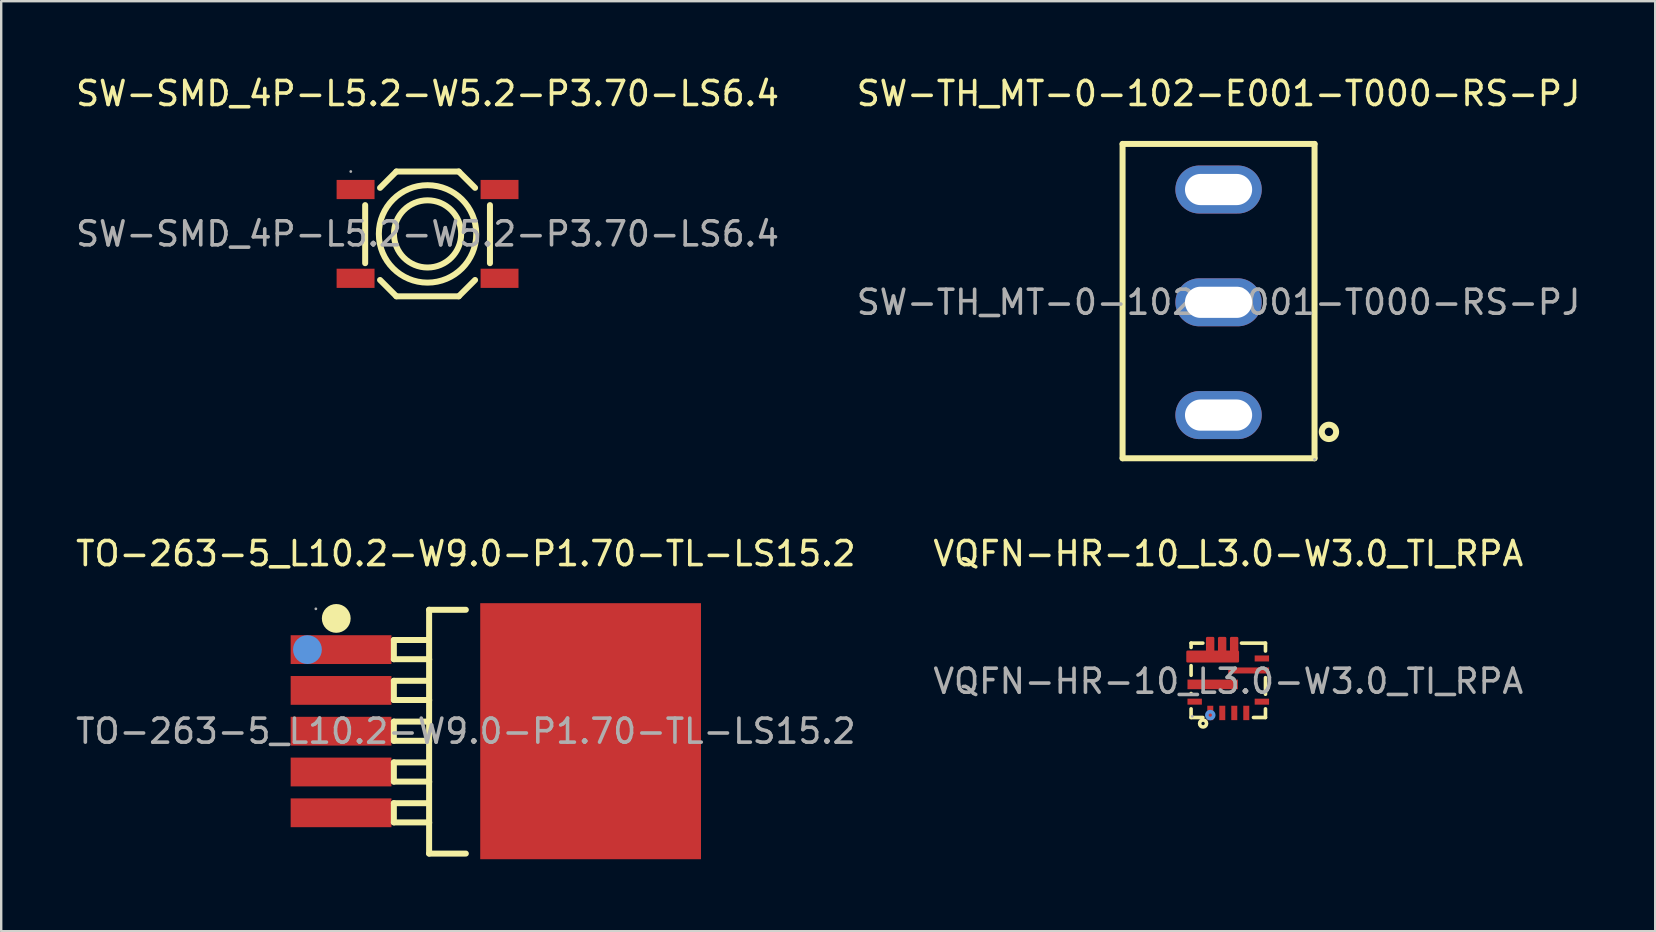
<source format=kicad_pcb>
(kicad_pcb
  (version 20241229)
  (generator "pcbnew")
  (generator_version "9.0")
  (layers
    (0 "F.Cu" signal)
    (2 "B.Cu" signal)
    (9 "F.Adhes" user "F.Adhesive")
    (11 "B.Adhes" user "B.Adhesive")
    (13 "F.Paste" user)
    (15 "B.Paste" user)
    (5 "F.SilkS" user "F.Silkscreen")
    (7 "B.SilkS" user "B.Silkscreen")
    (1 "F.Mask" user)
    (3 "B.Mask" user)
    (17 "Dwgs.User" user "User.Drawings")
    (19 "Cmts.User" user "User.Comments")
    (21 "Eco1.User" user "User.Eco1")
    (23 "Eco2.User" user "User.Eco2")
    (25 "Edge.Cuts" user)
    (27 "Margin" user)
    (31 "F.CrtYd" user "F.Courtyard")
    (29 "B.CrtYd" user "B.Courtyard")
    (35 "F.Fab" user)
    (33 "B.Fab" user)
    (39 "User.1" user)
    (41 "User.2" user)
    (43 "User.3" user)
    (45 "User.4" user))
  (footprint "TO-263-5_L10.2-W9.0-P1.70-TL-LS15.2"
    (layer "F.Cu")
    (at 16.363 27.422)
    (property "Reference" "TO-263-5_L10.2-W9.0-P1.70-TL-LS15.2" (at 0 -7.4 0) (layer "F.SilkS") (effects (font (size 1 1) (thickness 0.15))))
    (attr smd)
    (fp_line (start -3 -3.8) (end -3 -3) (stroke (width 0.25) (type solid)) (layer "F.SilkS"))
    (fp_line (start -3 -3) (end -1.53 -3) (stroke (width 0.25) (type solid)) (layer "F.SilkS"))
    (fp_line (start -3 -2.1) (end -3 -1.3) (stroke (width 0.25) (type solid)) (layer "F.SilkS"))
    (fp_line (start -3 -1.3) (end -1.53 -1.3) (stroke (width 0.25) (type solid)) (layer "F.SilkS"))
    (fp_line (start -3 -0.4) (end -3 0.4) (stroke (width 0.25) (type solid)) (layer "F.SilkS"))
    (fp_line (start -3 0.4) (end -1.53 0.4) (stroke (width 0.25) (type solid)) (layer "F.SilkS"))
    (fp_line (start -3 1.3) (end -3 2.1) (stroke (width 0.25) (type solid)) (layer "F.SilkS"))
    (fp_line (start -3 2.1) (end -1.53 2.1) (stroke (width 0.25) (type solid)) (layer "F.SilkS"))
    (fp_line (start -3 3) (end -3 3.8) (stroke (width 0.25) (type solid)) (layer "F.SilkS"))
    (fp_line (start -3 3.8) (end -1.53 3.8) (stroke (width 0.25) (type solid)) (layer "F.SilkS"))
    (fp_line (start -1.6 -3.8) (end -3 -3.8) (stroke (width 0.25) (type solid)) (layer "F.SilkS"))
    (fp_line (start -1.6 -2.1) (end -3 -2.1) (stroke (width 0.25) (type solid)) (layer "F.SilkS"))
    (fp_line (start -1.6 -0.4) (end -3 -0.4) (stroke (width 0.25) (type solid)) (layer "F.SilkS"))
    (fp_line (start -1.6 1.3) (end -3 1.3) (stroke (width 0.25) (type solid)) (layer "F.SilkS"))
    (fp_line (start -1.6 3) (end -3 3) (stroke (width 0.25) (type solid)) (layer "F.SilkS"))
    (fp_line (start -1.53 -5.06) (end 0 -5.06) (stroke (width 0.25) (type solid)) (layer "F.SilkS"))
    (fp_line (start -1.53 -3) (end -1.53 -2.98) (stroke (width 0.25) (type solid)) (layer "F.SilkS"))
    (fp_line (start -1.53 -1.3) (end -1.53 -1.28) (stroke (width 0.25) (type solid)) (layer "F.SilkS"))
    (fp_line (start -1.53 0.4) (end -1.53 0.43) (stroke (width 0.25) (type solid)) (layer "F.SilkS"))
    (fp_line (start -1.53 2.1) (end -1.53 2.13) (stroke (width 0.25) (type solid)) (layer "F.SilkS"))
    (fp_line (start -1.53 3.8) (end -1.53 3.83) (stroke (width 0.25) (type solid)) (layer "F.SilkS"))
    (fp_line (start -1.53 5.1) (end -1.53 -5.06) (stroke (width 0.25) (type solid)) (layer "F.SilkS"))
    (fp_line (start 0 5.1) (end -1.53 5.1) (stroke (width 0.25) (type solid)) (layer "F.SilkS"))
    (fp_circle (center -5.4 -4.7) (end -5.1 -4.7) (stroke (width 0.6) (type solid)) (fill no) (layer "F.SilkS"))
    (fp_circle (center -6.6 -3.4) (end -6.3 -3.4) (stroke (width 0.6) (type solid)) (fill no) (layer "Cmts.User"))
    (fp_circle (center -6.25 -5.1) (end -6.22 -5.1) (stroke (width 0.06) (type solid)) (fill no) (layer "F.Fab"))
    (fp_text user "${REFERENCE}" (at 0 0 0) (layer "F.Fab") (effects (font (size 1 1) (thickness 0.15))))
    (pad "1" smd rect (at -5.2 -3.4) (size 4.2 1.2) (layers "F.Cu" "F.Mask" "F.Paste"))
    (pad "2" smd rect (at -5.2 -1.7) (size 4.2 1.2) (layers "F.Cu" "F.Mask" "F.Paste"))
    (pad "3" smd rect (at -5.2 0) (size 4.2 1.2) (layers "F.Cu" "F.Mask" "F.Paste"))
    (pad "4" smd rect (at -5.2 1.7) (size 4.2 1.2) (layers "F.Cu" "F.Mask" "F.Paste"))
    (pad "5" smd rect (at -5.2 3.4) (size 4.2 1.2) (layers "F.Cu" "F.Mask" "F.Paste"))
    (pad "6" smd rect (at 5.2 0) (size 9.2 10.67) (layers "F.Cu" "F.Mask" "F.Paste")))
  (footprint "SW-SMD_4P-L5.2-W5.2-P3.70-LS6.4"
    (layer "F.Cu")
    (at 14.768 6.698)
    (property "Reference" "SW-SMD_4P-L5.2-W5.2-P3.70-LS6.4" (at 0 -5.85 0) (layer "F.SilkS") (effects (font (size 1 1) (thickness 0.15))))
    (attr through_hole)
    (fp_line (start -2.6 -1.2) (end -2.6 1.22) (stroke (width 0.25) (type solid)) (layer "F.SilkS"))
    (fp_line (start -1.98 1.92) (end -1.3 2.6) (stroke (width 0.25) (type solid)) (layer "F.SilkS"))
    (fp_line (start -1.3 -2.6) (end -1.98 -1.92) (stroke (width 0.25) (type solid)) (layer "F.SilkS"))
    (fp_line (start -1.3 2.6) (end 1.3 2.6) (stroke (width 0.25) (type solid)) (layer "F.SilkS"))
    (fp_line (start 1.3 -2.6) (end -1.3 -2.6) (stroke (width 0.25) (type solid)) (layer "F.SilkS"))
    (fp_line (start 1.3 2.6) (end 1.98 1.92) (stroke (width 0.25) (type solid)) (layer "F.SilkS"))
    (fp_line (start 1.98 -1.92) (end 1.3 -2.6) (stroke (width 0.25) (type solid)) (layer "F.SilkS"))
    (fp_line (start 2.6 -1.2) (end 2.6 1.22) (stroke (width 0.25) (type solid)) (layer "F.SilkS"))
    (fp_circle (center 0 0) (end 1.4 0) (stroke (width 0.25) (type solid)) (fill no) (layer "F.SilkS"))
    (fp_circle (center 0 0) (end 2.03 0) (stroke (width 0.25) (type solid)) (fill no) (layer "F.SilkS"))
    (fp_circle (center -3.2 -2.6) (end -3.17 -2.6) (stroke (width 0.06) (type solid)) (fill no) (layer "F.Fab"))
    (fp_text user "${REFERENCE}" (at 0 0 0) (layer "F.Fab") (effects (font (size 1 1) (thickness 0.15))))
    (pad "1" smd rect (at -3 -1.85) (size 1.58 0.8) (layers "F.Cu" "F.Mask" "F.Paste"))
    (pad "2" smd rect (at 3 -1.85) (size 1.58 0.8) (layers "F.Cu" "F.Mask" "F.Paste"))
    (pad "3" smd rect (at -3 1.85) (size 1.58 0.8) (layers "F.Cu" "F.Mask" "F.Paste"))
    (pad "4" smd rect (at 3 1.85) (size 1.58 0.8) (layers "F.Cu" "F.Mask" "F.Paste")))
  (footprint "VQFN-HR-10_L3.0-W3.0_TI_RPA"
    (layer "F.Cu")
    (at 48.137 25.341)
    (property "Reference" "VQFN-HR-10_L3.0-W3.0_TI_RPA" (at 0 -5.32 0) (layer "F.SilkS") (effects (font (size 1 1) (thickness 0.15))))
    (attr smd)
    (fp_line (start -1.55 -1.59) (end -1.55 -1.41) (stroke (width 0.15) (type solid)) (layer "F.SilkS"))
    (fp_line (start -1.55 -0.65) (end -1.55 -0.25) (stroke (width 0.15) (type solid)) (layer "F.SilkS"))
    (fp_line (start -1.55 0.51) (end -1.55 0.54) (stroke (width 0.15) (type solid)) (layer "F.SilkS"))
    (fp_line (start -1.55 1.15) (end -1.55 1.51) (stroke (width 0.15) (type solid)) (layer "F.SilkS"))
    (fp_line (start -1.55 1.51) (end -1.06 1.51) (stroke (width 0.15) (type solid)) (layer "F.SilkS"))
    (fp_line (start -1.06 -1.59) (end -1.55 -1.59) (stroke (width 0.15) (type solid)) (layer "F.SilkS"))
    (fp_line (start 1.05 1.51) (end 1.55 1.51) (stroke (width 0.15) (type solid)) (layer "F.SilkS"))
    (fp_line (start 1.55 -1.59) (end 0.55 -1.59) (stroke (width 0.15) (type solid)) (layer "F.SilkS"))
    (fp_line (start 1.55 -1.26) (end 1.55 -1.59) (stroke (width 0.15) (type solid)) (layer "F.SilkS"))
    (fp_line (start 1.55 0.54) (end 1.55 -0.15) (stroke (width 0.15) (type solid)) (layer "F.SilkS"))
    (fp_line (start 1.55 1.51) (end 1.55 1.15) (stroke (width 0.15) (type solid)) (layer "F.SilkS"))
    (fp_circle (center -1.05 1.76) (end -0.98 1.76) (stroke (width 0.15) (type solid)) (fill no) (layer "F.SilkS"))
    (fp_circle (center -0.75 1.41) (end -0.68 1.41) (stroke (width 0.15) (type solid)) (fill no) (layer "Cmts.User"))
    (fp_circle (center -1.5 1.46) (end -1.47 1.46) (stroke (width 0.06) (type solid)) (fill no) (layer "F.Fab"))
    (fp_text user "${REFERENCE}" (at 0 0 0) (layer "F.Fab") (effects (font (size 1 1) (thickness 0.15))))
    (pad "1" smd rect (at -0.75 1.32 90) (size 0.6 0.25) (layers "F.Cu" "F.Mask" "F.Paste"))
    (pad "2" smd rect (at -0.25 1.32 90) (size 0.6 0.25) (layers "F.Cu" "F.Mask" "F.Paste"))
    (pad "3" smd rect (at 0.25 1.32 90) (size 0.6 0.25) (layers "F.Cu" "F.Mask" "F.Paste"))
    (pad "4" smd rect (at 0.75 1.32 90) (size 0.6 0.25) (layers "F.Cu" "F.Mask" "F.Paste"))
    (pad "5" smd rect (at 1.4 0.85) (size 0.6 0.25) (layers "F.Cu" "F.Mask" "F.Paste"))
    (pad "6" smd rect (at 0.85 -0.45 90) (size 0.25 1.7) (layers "F.Cu" "F.Mask" "F.Paste"))
    (pad "7" smd rect (at 1.4 -0.95) (size 0.6 0.25) (layers "F.Cu" "F.Mask" "F.Paste"))
    (pad "8" smd custom (at -0.65 -1.32) (size 0.01 0.01) (layers "F.Cu" "F.Mask" "F.Paste") (options (anchor circle)) (primitives (gr_poly (pts (xy 1.02 0.09) (xy 1.02 -0.48) (xy 0.77 -0.48) (xy 0.77 0.09) (xy 0.52 0.09) (xy 0.52 -0.48) (xy 0.27 -0.48) (xy 0.27 0.09) (xy 0.02 0.09) (xy 0.02 -0.48) (xy -0.23 -0.48) (xy -0.23 0.09) (xy -1.05 0.09) (xy -1.05 0.49) (xy 1.05 0.49) (xy 1.05 0.09) (xy 1.02 0.09)) (width 0.1) (fill yes))))
    (pad "9" smd rect (at -0.65 0.13 90) (size 0.4 2.1) (layers "F.Cu" "F.Mask" "F.Paste"))
    (pad "10" smd rect (at -1.4 0.85) (size 0.6 0.25) (layers "F.Cu" "F.Mask" "F.Paste")))
  (footprint "SW-TH_MT-0-102-E001-T000-RS-PJ"
    (layer "F.Cu")
    (at 47.732 9.548)
    (property "Reference" "SW-TH_MT-0-102-E001-T000-RS-PJ" (at 0 -8.7 0) (layer "F.SilkS") (effects (font (size 1 1) (thickness 0.15))))
    (attr through_hole)
    (fp_line (start -4 -6.6) (end 4 -6.6) (stroke (width 0.25) (type solid)) (layer "F.SilkS"))
    (fp_line (start -4 6.5) (end -4 -6.6) (stroke (width 0.25) (type solid)) (layer "F.SilkS"))
    (fp_line (start 4 -6.6) (end 4 6.5) (stroke (width 0.25) (type solid)) (layer "F.SilkS"))
    (fp_line (start 4 6.5) (end -4 6.5) (stroke (width 0.25) (type solid)) (layer "F.SilkS"))
    (fp_circle (center 4.6 5.4) (end 4.9 5.4) (stroke (width 0.25) (type solid)) (fill no) (layer "F.SilkS"))
    (fp_circle (center 4 6.55) (end 4.03 6.55) (stroke (width 0.06) (type solid)) (fill no) (layer "F.Fab"))
    (fp_text user "${REFERENCE}" (at 0 0 0) (layer "F.Fab") (effects (font (size 1 1) (thickness 0.15))))
    (pad "1" thru_hole oval (at 0 4.7 90) (size 2 3.6) (drill oval 1.3 2.8) (layers "*.Cu" "*.Mask"))
    (pad "2" thru_hole oval (at 0 0 90) (size 2 3.6) (drill oval 1.3 2.8) (layers "*.Cu" "*.Mask"))
    (pad "3" thru_hole oval (at 0 -4.7 90) (size 2 3.6) (drill oval 1.3 2.8) (layers "*.Cu" "*.Mask")))
  (gr_rect
    (start -3 -3)
    (end 65.929 35.757)
    (stroke (width 0.1) (type default))
    (fill no)
    (layer "Edge.Cuts")))
</source>
